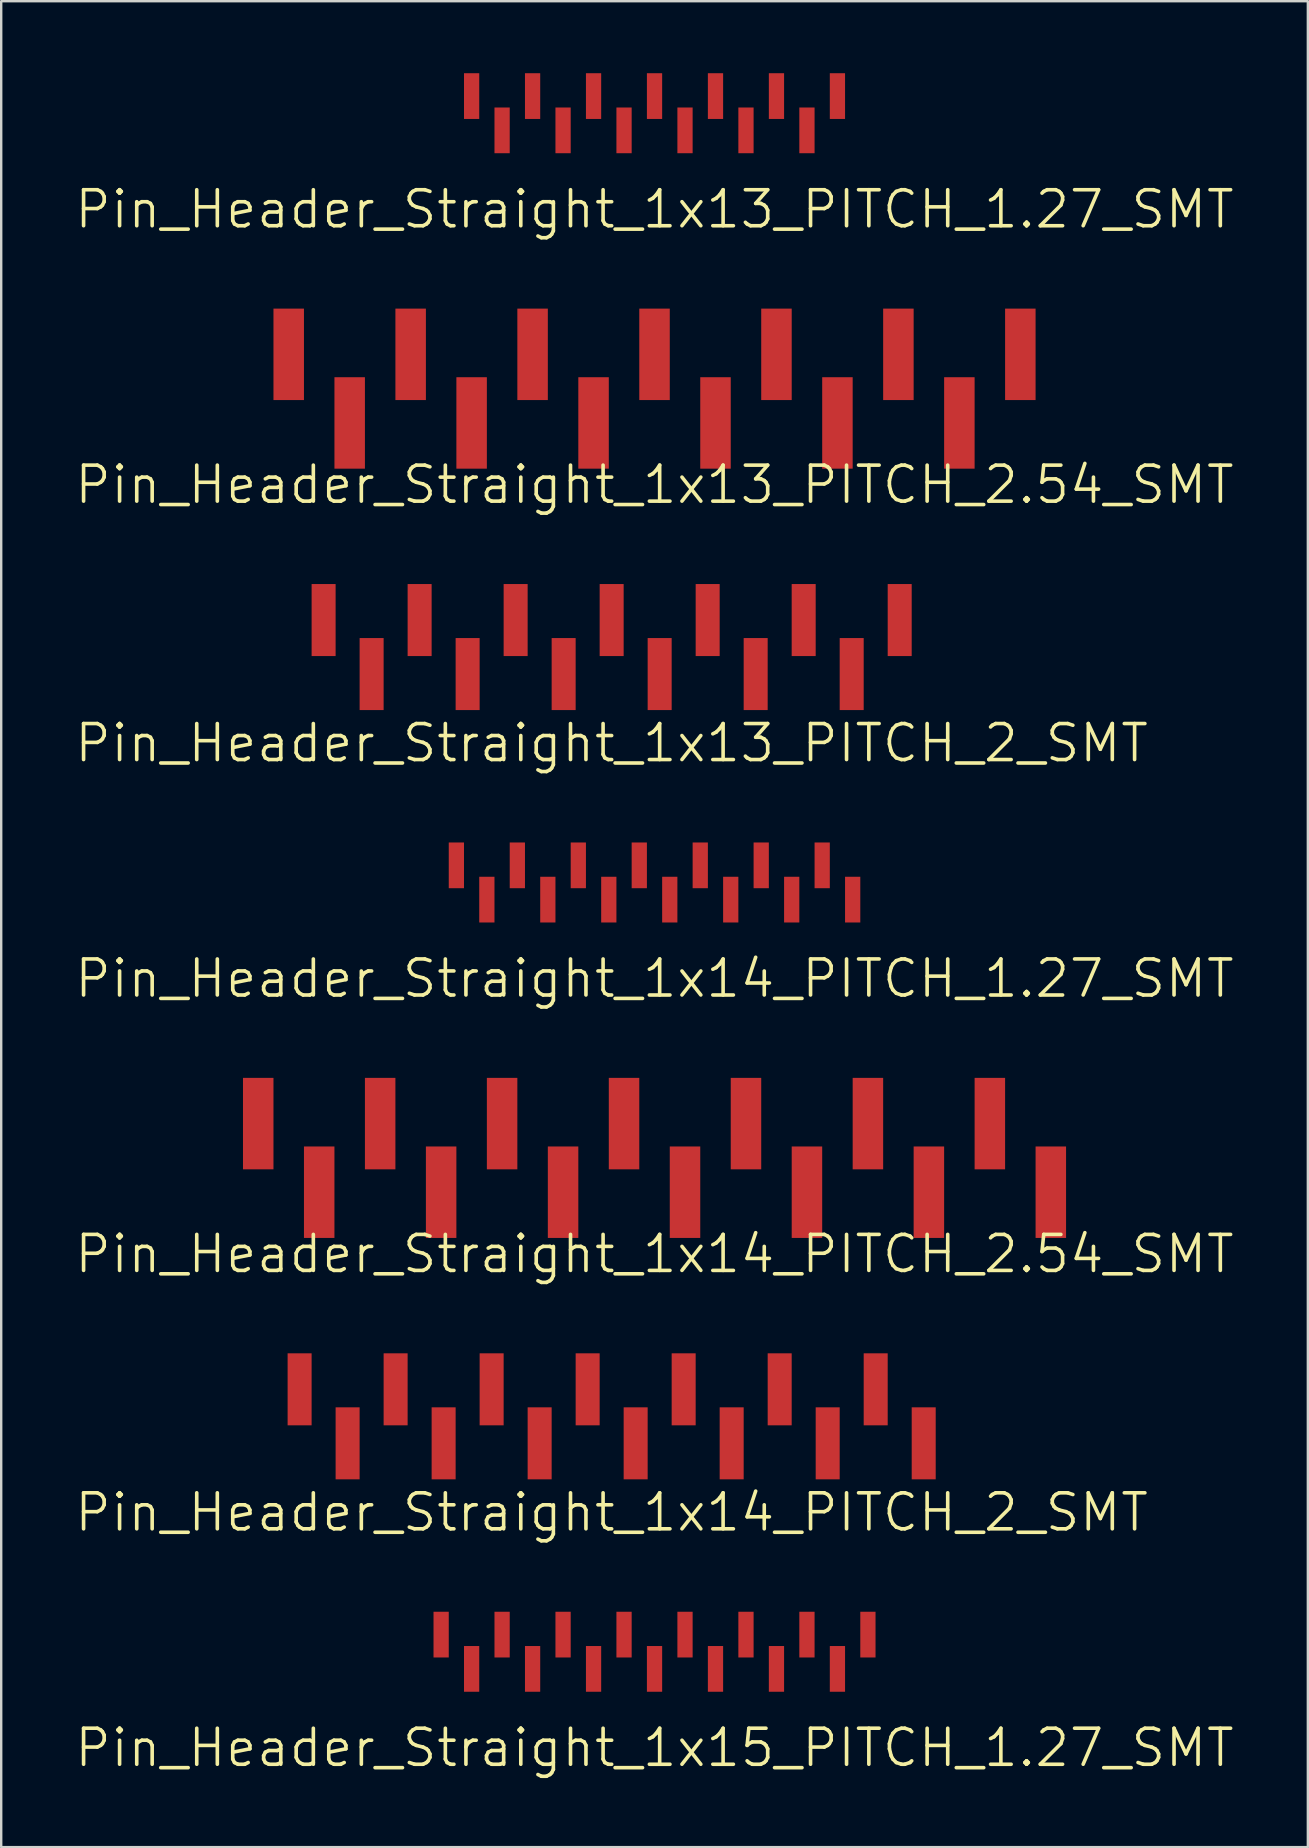
<source format=kicad_pcb>
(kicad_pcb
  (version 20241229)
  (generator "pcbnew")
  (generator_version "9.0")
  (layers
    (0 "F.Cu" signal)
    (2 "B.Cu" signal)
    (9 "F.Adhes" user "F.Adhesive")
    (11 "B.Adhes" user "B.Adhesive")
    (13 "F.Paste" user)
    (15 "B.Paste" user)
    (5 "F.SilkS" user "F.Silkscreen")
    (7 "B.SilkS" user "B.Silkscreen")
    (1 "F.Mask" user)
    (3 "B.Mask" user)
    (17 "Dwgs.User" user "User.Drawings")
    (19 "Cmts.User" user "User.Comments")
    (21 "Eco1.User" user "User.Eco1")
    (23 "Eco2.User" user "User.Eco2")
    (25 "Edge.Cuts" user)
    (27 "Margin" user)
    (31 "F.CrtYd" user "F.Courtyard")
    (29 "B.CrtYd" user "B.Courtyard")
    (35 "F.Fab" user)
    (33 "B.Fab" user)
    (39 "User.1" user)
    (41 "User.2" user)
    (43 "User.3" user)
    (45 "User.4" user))
  (footprint "Pin_Header_Straight_1x14_PITCH_2_SMT"
    (layer "F.Cu")
    (at 22.432 55.955)
    (property "Reference" "Pin_Header_Straight_1x14_PITCH_2_SMT" (at 0 4 0) (layer "F.SilkS") (effects (font (size 1.5 1.5) (thickness 0.15))))
    (attr through_hole)
    (pad "1" smd rect (at -13 -1.125) (size 1 3) (layers "F.Cu" "F.Mask" "F.Paste"))
    (pad "2" smd rect (at -11 1.125) (size 1 3) (layers "F.Cu" "F.Mask" "F.Paste"))
    (pad "3" smd rect (at -9 -1.125) (size 1 3) (layers "F.Cu" "F.Mask" "F.Paste"))
    (pad "4" smd rect (at -7 1.125) (size 1 3) (layers "F.Cu" "F.Mask" "F.Paste"))
    (pad "5" smd rect (at -5 -1.125) (size 1 3) (layers "F.Cu" "F.Mask" "F.Paste"))
    (pad "6" smd rect (at -3 1.125) (size 1 3) (layers "F.Cu" "F.Mask" "F.Paste"))
    (pad "7" smd rect (at -1 -1.125) (size 1 3) (layers "F.Cu" "F.Mask" "F.Paste"))
    (pad "8" smd rect (at 1 1.125) (size 1 3) (layers "F.Cu" "F.Mask" "F.Paste"))
    (pad "9" smd rect (at 3 -1.125) (size 1 3) (layers "F.Cu" "F.Mask" "F.Paste"))
    (pad "10" smd rect (at 5 1.125) (size 1 3) (layers "F.Cu" "F.Mask" "F.Paste"))
    (pad "11" smd rect (at 7 -1.125) (size 1 3) (layers "F.Cu" "F.Mask" "F.Paste"))
    (pad "12" smd rect (at 9 1.125) (size 1 3) (layers "F.Cu" "F.Mask" "F.Paste"))
    (pad "13" smd rect (at 11 -1.125) (size 1 3) (layers "F.Cu" "F.Mask" "F.Paste"))
    (pad "14" smd rect (at 13 1.125) (size 1 3) (layers "F.Cu" "F.Mask" "F.Paste")))
  (footprint "Pin_Header_Straight_1x13_PITCH_1.27_SMT"
    (layer "F.Cu")
    (at 24.218 1.667)
    (property "Reference" "Pin_Header_Straight_1x13_PITCH_1.27_SMT" (at 0 4 0) (layer "F.SilkS") (effects (font (size 1.5 1.5) (thickness 0.15))))
    (attr through_hole)
    (pad "1" smd rect (at -7.62 -0.714) (size 0.635 1.905) (layers "F.Cu" "F.Mask" "F.Paste"))
    (pad "2" smd rect (at -6.35 0.714) (size 0.635 1.905) (layers "F.Cu" "F.Mask" "F.Paste"))
    (pad "3" smd rect (at -5.08 -0.714) (size 0.635 1.905) (layers "F.Cu" "F.Mask" "F.Paste"))
    (pad "4" smd rect (at -3.81 0.714) (size 0.635 1.905) (layers "F.Cu" "F.Mask" "F.Paste"))
    (pad "5" smd rect (at -2.54 -0.714) (size 0.635 1.905) (layers "F.Cu" "F.Mask" "F.Paste"))
    (pad "6" smd rect (at -1.27 0.714) (size 0.635 1.905) (layers "F.Cu" "F.Mask" "F.Paste"))
    (pad "7" smd rect (at 0 -0.714) (size 0.635 1.905) (layers "F.Cu" "F.Mask" "F.Paste"))
    (pad "8" smd rect (at 1.27 0.714) (size 0.635 1.905) (layers "F.Cu" "F.Mask" "F.Paste"))
    (pad "9" smd rect (at 2.54 -0.714) (size 0.635 1.905) (layers "F.Cu" "F.Mask" "F.Paste"))
    (pad "10" smd rect (at 3.81 0.714) (size 0.635 1.905) (layers "F.Cu" "F.Mask" "F.Paste"))
    (pad "11" smd rect (at 5.08 -0.714) (size 0.635 1.905) (layers "F.Cu" "F.Mask" "F.Paste"))
    (pad "12" smd rect (at 6.35 0.714) (size 0.635 1.905) (layers "F.Cu" "F.Mask" "F.Paste"))
    (pad "13" smd rect (at 7.62 -0.714) (size 0.635 1.905) (layers "F.Cu" "F.Mask" "F.Paste")))
  (footprint "Pin_Header_Straight_1x13_PITCH_2_SMT"
    (layer "F.Cu")
    (at 22.432 23.907)
    (property "Reference" "Pin_Header_Straight_1x13_PITCH_2_SMT" (at 0 4 0) (layer "F.SilkS") (effects (font (size 1.5 1.5) (thickness 0.15))))
    (attr through_hole)
    (pad "1" smd rect (at -12 -1.125) (size 1 3) (layers "F.Cu" "F.Mask" "F.Paste"))
    (pad "2" smd rect (at -10 1.125) (size 1 3) (layers "F.Cu" "F.Mask" "F.Paste"))
    (pad "3" smd rect (at -8 -1.125) (size 1 3) (layers "F.Cu" "F.Mask" "F.Paste"))
    (pad "4" smd rect (at -6 1.125) (size 1 3) (layers "F.Cu" "F.Mask" "F.Paste"))
    (pad "5" smd rect (at -4 -1.125) (size 1 3) (layers "F.Cu" "F.Mask" "F.Paste"))
    (pad "6" smd rect (at -2 1.125) (size 1 3) (layers "F.Cu" "F.Mask" "F.Paste"))
    (pad "7" smd rect (at 0 -1.125) (size 1 3) (layers "F.Cu" "F.Mask" "F.Paste"))
    (pad "8" smd rect (at 2 1.125) (size 1 3) (layers "F.Cu" "F.Mask" "F.Paste"))
    (pad "9" smd rect (at 4 -1.125) (size 1 3) (layers "F.Cu" "F.Mask" "F.Paste"))
    (pad "10" smd rect (at 6 1.125) (size 1 3) (layers "F.Cu" "F.Mask" "F.Paste"))
    (pad "11" smd rect (at 8 -1.125) (size 1 3) (layers "F.Cu" "F.Mask" "F.Paste"))
    (pad "12" smd rect (at 10 1.125) (size 1 3) (layers "F.Cu" "F.Mask" "F.Paste"))
    (pad "13" smd rect (at 12 -1.125) (size 1 3) (layers "F.Cu" "F.Mask" "F.Paste")))
  (footprint "Pin_Header_Straight_1x14_PITCH_2.54_SMT"
    (layer "F.Cu")
    (at 24.218 45.189)
    (property "Reference" "Pin_Header_Straight_1x14_PITCH_2.54_SMT" (at 0 4 0) (layer "F.SilkS") (effects (font (size 1.5 1.5) (thickness 0.15))))
    (attr through_hole)
    (pad "1" smd rect (at -16.51 -1.429) (size 1.27 3.81) (layers "F.Cu" "F.Mask" "F.Paste"))
    (pad "2" smd rect (at -13.97 1.429) (size 1.27 3.81) (layers "F.Cu" "F.Mask" "F.Paste"))
    (pad "3" smd rect (at -11.43 -1.429) (size 1.27 3.81) (layers "F.Cu" "F.Mask" "F.Paste"))
    (pad "4" smd rect (at -8.89 1.429) (size 1.27 3.81) (layers "F.Cu" "F.Mask" "F.Paste"))
    (pad "5" smd rect (at -6.35 -1.429) (size 1.27 3.81) (layers "F.Cu" "F.Mask" "F.Paste"))
    (pad "6" smd rect (at -3.81 1.429) (size 1.27 3.81) (layers "F.Cu" "F.Mask" "F.Paste"))
    (pad "7" smd rect (at -1.27 -1.429) (size 1.27 3.81) (layers "F.Cu" "F.Mask" "F.Paste"))
    (pad "8" smd rect (at 1.27 1.429) (size 1.27 3.81) (layers "F.Cu" "F.Mask" "F.Paste"))
    (pad "9" smd rect (at 3.81 -1.429) (size 1.27 3.81) (layers "F.Cu" "F.Mask" "F.Paste"))
    (pad "10" smd rect (at 6.35 1.429) (size 1.27 3.81) (layers "F.Cu" "F.Mask" "F.Paste"))
    (pad "11" smd rect (at 8.89 -1.429) (size 1.27 3.81) (layers "F.Cu" "F.Mask" "F.Paste"))
    (pad "12" smd rect (at 11.43 1.429) (size 1.27 3.81) (layers "F.Cu" "F.Mask" "F.Paste"))
    (pad "13" smd rect (at 13.97 -1.429) (size 1.27 3.81) (layers "F.Cu" "F.Mask" "F.Paste"))
    (pad "14" smd rect (at 16.51 1.429) (size 1.27 3.81) (layers "F.Cu" "F.Mask" "F.Paste")))
  (footprint "Pin_Header_Straight_1x13_PITCH_2.54_SMT"
    (layer "F.Cu")
    (at 24.218 13.141)
    (property "Reference" "Pin_Header_Straight_1x13_PITCH_2.54_SMT" (at 0 4 0) (layer "F.SilkS") (effects (font (size 1.5 1.5) (thickness 0.15))))
    (attr through_hole)
    (pad "1" smd rect (at -15.24 -1.429) (size 1.27 3.81) (layers "F.Cu" "F.Mask" "F.Paste"))
    (pad "2" smd rect (at -12.7 1.429) (size 1.27 3.81) (layers "F.Cu" "F.Mask" "F.Paste"))
    (pad "3" smd rect (at -10.16 -1.429) (size 1.27 3.81) (layers "F.Cu" "F.Mask" "F.Paste"))
    (pad "4" smd rect (at -7.62 1.429) (size 1.27 3.81) (layers "F.Cu" "F.Mask" "F.Paste"))
    (pad "5" smd rect (at -5.08 -1.429) (size 1.27 3.81) (layers "F.Cu" "F.Mask" "F.Paste"))
    (pad "6" smd rect (at -2.54 1.429) (size 1.27 3.81) (layers "F.Cu" "F.Mask" "F.Paste"))
    (pad "7" smd rect (at 0 -1.429) (size 1.27 3.81) (layers "F.Cu" "F.Mask" "F.Paste"))
    (pad "8" smd rect (at 2.54 1.429) (size 1.27 3.81) (layers "F.Cu" "F.Mask" "F.Paste"))
    (pad "9" smd rect (at 5.08 -1.429) (size 1.27 3.81) (layers "F.Cu" "F.Mask" "F.Paste"))
    (pad "10" smd rect (at 7.62 1.429) (size 1.27 3.81) (layers "F.Cu" "F.Mask" "F.Paste"))
    (pad "11" smd rect (at 10.16 -1.429) (size 1.27 3.81) (layers "F.Cu" "F.Mask" "F.Paste"))
    (pad "12" smd rect (at 12.7 1.429) (size 1.27 3.81) (layers "F.Cu" "F.Mask" "F.Paste"))
    (pad "13" smd rect (at 15.24 -1.429) (size 1.27 3.81) (layers "F.Cu" "F.Mask" "F.Paste")))
  (footprint "Pin_Header_Straight_1x14_PITCH_1.27_SMT"
    (layer "F.Cu")
    (at 24.218 33.715)
    (property "Reference" "Pin_Header_Straight_1x14_PITCH_1.27_SMT" (at 0 4 0) (layer "F.SilkS") (effects (font (size 1.5 1.5) (thickness 0.15))))
    (attr through_hole)
    (pad "1" smd rect (at -8.255 -0.714) (size 0.635 1.905) (layers "F.Cu" "F.Mask" "F.Paste"))
    (pad "2" smd rect (at -6.985 0.714) (size 0.635 1.905) (layers "F.Cu" "F.Mask" "F.Paste"))
    (pad "3" smd rect (at -5.715 -0.714) (size 0.635 1.905) (layers "F.Cu" "F.Mask" "F.Paste"))
    (pad "4" smd rect (at -4.445 0.714) (size 0.635 1.905) (layers "F.Cu" "F.Mask" "F.Paste"))
    (pad "5" smd rect (at -3.175 -0.714) (size 0.635 1.905) (layers "F.Cu" "F.Mask" "F.Paste"))
    (pad "6" smd rect (at -1.905 0.714) (size 0.635 1.905) (layers "F.Cu" "F.Mask" "F.Paste"))
    (pad "7" smd rect (at -0.635 -0.714) (size 0.635 1.905) (layers "F.Cu" "F.Mask" "F.Paste"))
    (pad "8" smd rect (at 0.635 0.714) (size 0.635 1.905) (layers "F.Cu" "F.Mask" "F.Paste"))
    (pad "9" smd rect (at 1.905 -0.714) (size 0.635 1.905) (layers "F.Cu" "F.Mask" "F.Paste"))
    (pad "10" smd rect (at 3.175 0.714) (size 0.635 1.905) (layers "F.Cu" "F.Mask" "F.Paste"))
    (pad "11" smd rect (at 4.445 -0.714) (size 0.635 1.905) (layers "F.Cu" "F.Mask" "F.Paste"))
    (pad "12" smd rect (at 5.715 0.714) (size 0.635 1.905) (layers "F.Cu" "F.Mask" "F.Paste"))
    (pad "13" smd rect (at 6.985 -0.714) (size 0.635 1.905) (layers "F.Cu" "F.Mask" "F.Paste"))
    (pad "14" smd rect (at 8.255 0.714) (size 0.635 1.905) (layers "F.Cu" "F.Mask" "F.Paste")))
  (footprint "Pin_Header_Straight_1x15_PITCH_1.27_SMT"
    (layer "F.Cu")
    (at 24.218 65.763)
    (property "Reference" "Pin_Header_Straight_1x15_PITCH_1.27_SMT" (at 0 4 0) (layer "F.SilkS") (effects (font (size 1.5 1.5) (thickness 0.15))))
    (attr through_hole)
    (pad "1" smd rect (at -8.89 -0.714) (size 0.635 1.905) (layers "F.Cu" "F.Mask" "F.Paste"))
    (pad "2" smd rect (at -7.62 0.714) (size 0.635 1.905) (layers "F.Cu" "F.Mask" "F.Paste"))
    (pad "3" smd rect (at -6.35 -0.714) (size 0.635 1.905) (layers "F.Cu" "F.Mask" "F.Paste"))
    (pad "4" smd rect (at -5.08 0.714) (size 0.635 1.905) (layers "F.Cu" "F.Mask" "F.Paste"))
    (pad "5" smd rect (at -3.81 -0.714) (size 0.635 1.905) (layers "F.Cu" "F.Mask" "F.Paste"))
    (pad "6" smd rect (at -2.54 0.714) (size 0.635 1.905) (layers "F.Cu" "F.Mask" "F.Paste"))
    (pad "7" smd rect (at -1.27 -0.714) (size 0.635 1.905) (layers "F.Cu" "F.Mask" "F.Paste"))
    (pad "8" smd rect (at 0 0.714) (size 0.635 1.905) (layers "F.Cu" "F.Mask" "F.Paste"))
    (pad "9" smd rect (at 1.27 -0.714) (size 0.635 1.905) (layers "F.Cu" "F.Mask" "F.Paste"))
    (pad "10" smd rect (at 2.54 0.714) (size 0.635 1.905) (layers "F.Cu" "F.Mask" "F.Paste"))
    (pad "11" smd rect (at 3.81 -0.714) (size 0.635 1.905) (layers "F.Cu" "F.Mask" "F.Paste"))
    (pad "12" smd rect (at 5.08 0.714) (size 0.635 1.905) (layers "F.Cu" "F.Mask" "F.Paste"))
    (pad "13" smd rect (at 6.35 -0.714) (size 0.635 1.905) (layers "F.Cu" "F.Mask" "F.Paste"))
    (pad "14" smd rect (at 7.62 0.714) (size 0.635 1.905) (layers "F.Cu" "F.Mask" "F.Paste"))
    (pad "15" smd rect (at 8.89 -0.714) (size 0.635 1.905) (layers "F.Cu" "F.Mask" "F.Paste")))
  (gr_rect
    (start -3 -3)
    (end 51.436 73.903)
    (stroke (width 0.1) (type default))
    (fill no)
    (layer "Edge.Cuts")))
</source>
